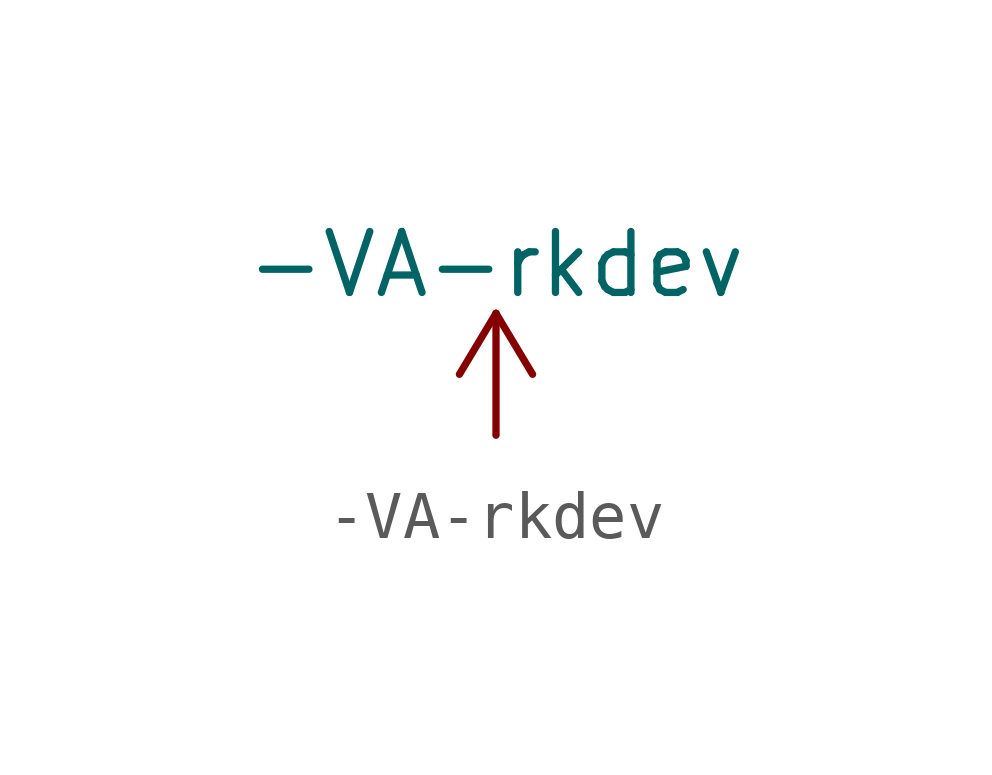
<source format=kicad_sym>
(kicad_symbol_lib
  (version 20211014)
  (generator kicad_symbol_editor)
  (symbol "-VA-rkdev"
    (power)
    (pin_names
      (offset 0))
    (property "Reference" "#PWR"
      (at 0 -3.81 0)
      (effects (font (size 1.27 1.27)) hide))
    (property "Value" "-VA-rkdev"
      (at 0 3.556 0)
      (effects (font (size 1.27 1.27))))
    (property "Footprint" ""
      (at 0 0 0)
      (effects (font (size 1.27 1.27))))
    (property "Datasheet" ""
      (at 0 0 0)
      (effects (font (size 1.27 1.27))))
    (symbol "-VA-rkdev_0_1"
      (polyline (pts (xy -0.762 1.27) (xy 0 2.54)) (stroke (width 0) (type default) (color 0 0 0 0)) (fill (type none)))
      (polyline (pts (xy 0 0) (xy 0 2.54)) (stroke (width 0) (type default) (color 0 0 0 0)) (fill (type none)))
      (polyline (pts (xy 0 2.54) (xy 0.762 1.27)) (stroke (width 0) (type default) (color 0 0 0 0)) (fill (type none))))
    (symbol "-VA-rkdev_1_1"
      (pin power_in line (at 0 0 90) (length 0) hide (name "-VA" (effects (font (size 1.27 1.27)))) (number "1" (effects (font (size 1.27 1.27))))))))
</source>
